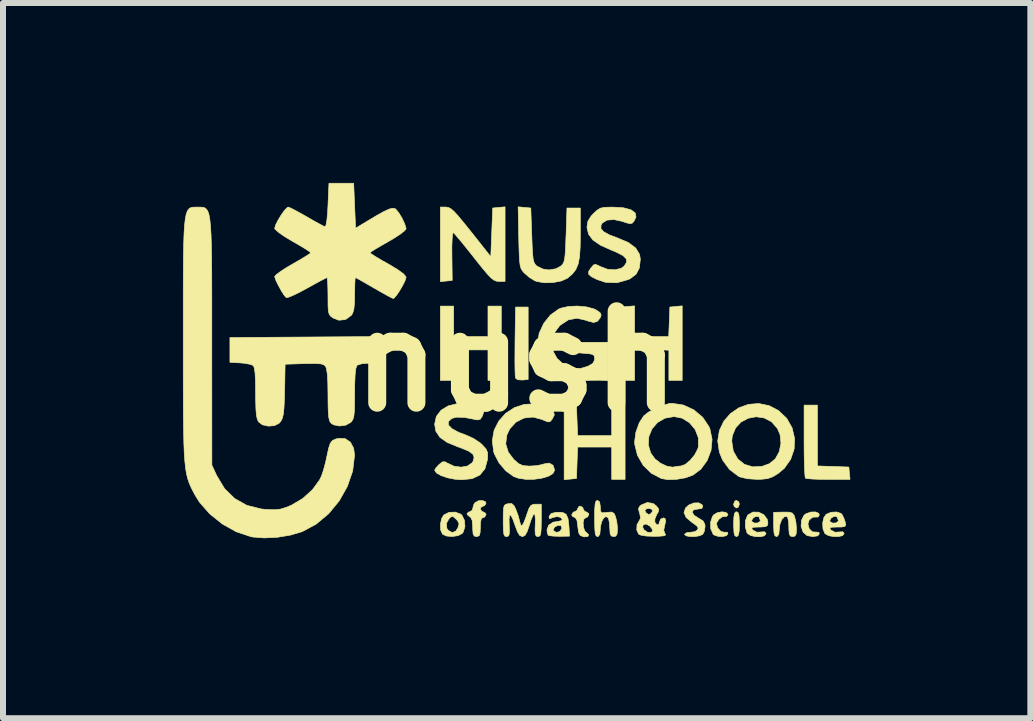
<source format=kicad_pcb>
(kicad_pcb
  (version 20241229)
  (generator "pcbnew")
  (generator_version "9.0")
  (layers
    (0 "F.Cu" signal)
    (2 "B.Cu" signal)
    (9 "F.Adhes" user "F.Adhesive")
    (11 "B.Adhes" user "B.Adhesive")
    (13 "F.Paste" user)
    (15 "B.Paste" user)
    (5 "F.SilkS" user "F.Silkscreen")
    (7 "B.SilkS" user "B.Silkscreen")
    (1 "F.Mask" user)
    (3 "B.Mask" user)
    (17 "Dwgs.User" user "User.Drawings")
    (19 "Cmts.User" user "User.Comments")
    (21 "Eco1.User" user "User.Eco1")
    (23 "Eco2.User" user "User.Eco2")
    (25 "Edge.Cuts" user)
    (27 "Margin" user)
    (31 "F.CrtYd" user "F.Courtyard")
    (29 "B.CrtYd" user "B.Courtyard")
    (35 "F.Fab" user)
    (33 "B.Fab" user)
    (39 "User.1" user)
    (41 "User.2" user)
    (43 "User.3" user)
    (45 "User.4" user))
  (footprint "nush"
    (layer "F.Cu")
    (at 5.561 2.974)
    (property "Reference" "nush" (at 0 0 0) (layer "F.SilkS") (effects (font (size 1.524 1.524) (thickness 0.3))))
    (attr through_hole)
    (fp_poly (pts (xy 3.706 2.344) (xy 3.715 2.381) (xy 3.695 2.433) (xy 3.667 2.445) (xy 3.628 2.418) (xy 3.619 2.381) (xy 3.639 2.33) (xy 3.667 2.318) (xy 3.706 2.344)) (stroke (width 0.01) (type solid)) (fill yes) (layer "F.SilkS"))
    (fp_poly (pts (xy -1.048 -0.413) (xy -0.476 -0.413) (xy -0.476 -0.921) (xy -0.254 -0.921) (xy -0.254 0.318) (xy -0.476 0.318) (xy -0.476 -0.191) (xy -1.048 -0.191) (xy -1.048 0.318) (xy -1.27 0.318) (xy -1.27 -0.921) (xy -1.048 -0.921) (xy -1.048 -0.413)) (stroke (width 0.01) (type solid)) (fill yes) (layer "F.SilkS"))
    (fp_poly (pts (xy 0.194 -0.302) (xy 0.194 0.302) (xy 0.097 0.312) (xy 0.017 0.306) (xy -0.017 0.279) (xy -0.022 0.234) (xy -0.025 0.138) (xy -0.027 -0.001) (xy -0.026 -0.169) (xy -0.025 -0.334) (xy -0.016 -0.905) (xy 0.194 -0.905) (xy 0.194 -0.302)) (stroke (width 0.01) (type solid)) (fill yes) (layer "F.SilkS"))
    (fp_poly (pts (xy 0.897 0.736) (xy 1 0.746) (xy 1.009 0.992) (xy 1.019 1.238) (xy 1.587 1.238) (xy 1.587 0.73) (xy 1.81 0.73) (xy 1.81 1.968) (xy 1.587 1.968) (xy 1.587 1.429) (xy 1.019 1.429) (xy 1.009 1.691) (xy 1 1.953) (xy 0.897 1.963) (xy 0.794 1.973) (xy 0.794 0.726) (xy 0.897 0.736)) (stroke (width 0.01) (type solid)) (fill yes) (layer "F.SilkS"))
    (fp_poly (pts (xy 3.694 2.522) (xy 3.709 2.571) (xy 3.714 2.668) (xy 3.715 2.715) (xy 3.712 2.83) (xy 3.7 2.895) (xy 3.678 2.919) (xy 3.667 2.921) (xy 3.64 2.907) (xy 3.626 2.858) (xy 3.62 2.761) (xy 3.619 2.715) (xy 3.623 2.599) (xy 3.634 2.535) (xy 3.656 2.51) (xy 3.667 2.508) (xy 3.694 2.522)) (stroke (width 0.01) (type solid)) (fill yes) (layer "F.SilkS"))
    (fp_poly (pts (xy 5.016 1.744) (xy 5.278 1.753) (xy 5.54 1.762) (xy 5.55 1.865) (xy 5.56 1.968) (xy 5.198 1.968) (xy 5.053 1.967) (xy 4.931 1.962) (xy 4.847 1.955) (xy 4.815 1.947) (xy 4.809 1.91) (xy 4.803 1.82) (xy 4.798 1.687) (xy 4.795 1.521) (xy 4.794 1.333) (xy 4.794 0.73) (xy 5.016 0.73) (xy 5.016 1.744)) (stroke (width 0.01) (type solid)) (fill yes) (layer "F.SilkS"))
    (fp_poly (pts (xy 5.038 2.534) (xy 5.048 2.559) (xy 5.029 2.595) (xy 5.009 2.595) (xy 4.937 2.598) (xy 4.879 2.645) (xy 4.858 2.712) (xy 4.879 2.791) (xy 4.932 2.842) (xy 4.998 2.847) (xy 5 2.846) (xy 5.041 2.851) (xy 5.048 2.874) (xy 5.022 2.909) (xy 4.942 2.921) (xy 4.938 2.921) (xy 4.843 2.905) (xy 4.78 2.849) (xy 4.776 2.843) (xy 4.744 2.749) (xy 4.751 2.649) (xy 4.793 2.566) (xy 4.826 2.54) (xy 4.909 2.512) (xy 4.987 2.511) (xy 5.038 2.534)) (stroke (width 0.01) (type solid)) (fill yes) (layer "F.SilkS"))
    (fp_poly (pts (xy 2.762 0.318) (xy 2.54 0.318) (xy 2.54 -0.186) (xy 2.254 -0.196) (xy 1.968 -0.206) (xy 1.968 0.056) (xy 1.968 0.318) (xy 1.857 0.318) (xy 1.784 0.314) (xy 1.747 0.304) (xy 1.745 0.302) (xy 1.745 0.266) (xy 1.745 0.178) (xy 1.745 0.046) (xy 1.744 -0.119) (xy 1.744 -0.306) (xy 1.744 -0.31) (xy 1.743 -0.905) (xy 1.856 -0.915) (xy 1.968 -0.925) (xy 1.968 -0.413) (xy 2.537 -0.413) (xy 2.547 -0.659) (xy 2.556 -0.905) (xy 2.659 -0.915) (xy 2.762 -0.925) (xy 2.762 0.318)) (stroke (width 0.01) (type solid)) (fill yes) (layer "F.SilkS"))
    (fp_poly (pts (xy 3.49 2.517) (xy 3.523 2.548) (xy 3.524 2.555) (xy 3.502 2.587) (xy 3.481 2.585) (xy 3.427 2.593) (xy 3.37 2.637) (xy 3.336 2.695) (xy 3.334 2.711) (xy 3.355 2.779) (xy 3.404 2.833) (xy 3.461 2.85) (xy 3.472 2.848) (xy 3.516 2.849) (xy 3.524 2.874) (xy 3.498 2.906) (xy 3.434 2.921) (xy 3.358 2.917) (xy 3.295 2.896) (xy 3.277 2.881) (xy 3.238 2.792) (xy 3.235 2.683) (xy 3.266 2.587) (xy 3.288 2.558) (xy 3.349 2.522) (xy 3.424 2.509) (xy 3.49 2.517)) (stroke (width 0.01) (type solid)) (fill yes) (layer "F.SilkS"))
    (fp_poly (pts (xy 4.543 2.514) (xy 4.597 2.529) (xy 4.626 2.566) (xy 4.636 2.59) (xy 4.657 2.677) (xy 4.667 2.783) (xy 4.667 2.796) (xy 4.662 2.878) (xy 4.64 2.914) (xy 4.604 2.921) (xy 4.565 2.913) (xy 4.547 2.877) (xy 4.54 2.798) (xy 4.54 2.764) (xy 4.535 2.67) (xy 4.521 2.605) (xy 4.511 2.589) (xy 4.465 2.591) (xy 4.421 2.639) (xy 4.39 2.72) (xy 4.381 2.796) (xy 4.373 2.884) (xy 4.346 2.919) (xy 4.334 2.921) (xy 4.307 2.907) (xy 4.292 2.857) (xy 4.287 2.759) (xy 4.286 2.719) (xy 4.286 2.517) (xy 4.446 2.513) (xy 4.543 2.514)) (stroke (width 0.01) (type solid)) (fill yes) (layer "F.SilkS"))
    (fp_poly (pts (xy -0.931 2.547) (xy -0.91 2.566) (xy -0.868 2.651) (xy -0.86 2.754) (xy -0.888 2.846) (xy -0.907 2.871) (xy -0.975 2.906) (xy -1.072 2.92) (xy -1.167 2.912) (xy -1.232 2.883) (xy -1.264 2.814) (xy -1.269 2.717) (xy -1.265 2.7) (xy -1.169 2.7) (xy -1.162 2.783) (xy -1.137 2.819) (xy -1.071 2.855) (xy -1.012 2.829) (xy -0.978 2.777) (xy -0.958 2.709) (xy -0.983 2.656) (xy -1.006 2.632) (xy -1.055 2.589) (xy -1.091 2.591) (xy -1.122 2.619) (xy -1.169 2.7) (xy -1.265 2.7) (xy -1.249 2.621) (xy -1.212 2.561) (xy -1.125 2.517) (xy -1.022 2.513) (xy -0.931 2.547)) (stroke (width 0.01) (type solid)) (fill yes) (layer "F.SilkS"))
    (fp_poly (pts (xy 1.106 2.438) (xy 1.111 2.461) (xy 1.137 2.503) (xy 1.159 2.508) (xy 1.201 2.534) (xy 1.206 2.556) (xy 1.181 2.598) (xy 1.159 2.603) (xy 1.124 2.63) (xy 1.11 2.692) (xy 1.116 2.767) (xy 1.14 2.83) (xy 1.163 2.852) (xy 1.203 2.89) (xy 1.19 2.92) (xy 1.133 2.926) (xy 1.111 2.922) (xy 1.062 2.901) (xy 1.036 2.858) (xy 1.024 2.774) (xy 1.022 2.753) (xy 1.008 2.652) (xy 0.981 2.607) (xy 0.967 2.603) (xy 0.926 2.578) (xy 0.921 2.556) (xy 0.946 2.514) (xy 0.968 2.508) (xy 1.01 2.483) (xy 1.016 2.461) (xy 1.041 2.419) (xy 1.064 2.413) (xy 1.106 2.438)) (stroke (width 0.01) (type solid)) (fill yes) (layer "F.SilkS"))
    (fp_poly (pts (xy 3.093 2.389) (xy 3.104 2.414) (xy 3.091 2.452) (xy 3.026 2.462) (xy 2.951 2.476) (xy 2.929 2.514) (xy 2.958 2.565) (xy 3.031 2.612) (xy 3.109 2.66) (xy 3.14 2.716) (xy 3.143 2.755) (xy 3.13 2.835) (xy 3.105 2.883) (xy 3.055 2.907) (xy 2.979 2.92) (xy 2.897 2.921) (xy 2.831 2.91) (xy 2.802 2.888) (xy 2.803 2.881) (xy 2.841 2.854) (xy 2.896 2.85) (xy 2.972 2.84) (xy 3.014 2.812) (xy 3.029 2.778) (xy 3.004 2.742) (xy 2.933 2.69) (xy 2.923 2.684) (xy 2.828 2.603) (xy 2.792 2.522) (xy 2.817 2.445) (xy 2.872 2.395) (xy 2.956 2.361) (xy 3.037 2.359) (xy 3.093 2.389)) (stroke (width 0.01) (type solid)) (fill yes) (layer "F.SilkS"))
    (fp_poly (pts (xy -0.191 -1.333) (xy -0.294 -1.333) (xy -0.336 -1.337) (xy -0.377 -1.354) (xy -0.424 -1.39) (xy -0.484 -1.453) (xy -0.566 -1.55) (xy -0.677 -1.688) (xy -0.71 -1.731) (xy -0.818 -1.867) (xy -0.914 -1.986) (xy -0.991 -2.077) (xy -1.039 -2.133) (xy -1.053 -2.146) (xy -1.065 -2.124) (xy -1.073 -2.045) (xy -1.078 -1.915) (xy -1.077 -1.757) (xy -1.072 -1.349) (xy -1.171 -1.339) (xy -1.27 -1.329) (xy -1.27 -2.572) (xy -1.177 -2.572) (xy -1.138 -2.566) (xy -1.096 -2.545) (xy -1.045 -2.502) (xy -0.977 -2.429) (xy -0.886 -2.319) (xy -0.763 -2.167) (xy -0.756 -2.158) (xy -0.429 -1.744) (xy -0.397 -2.556) (xy -0.294 -2.566) (xy -0.191 -2.576) (xy -0.191 -1.333)) (stroke (width 0.01) (type solid)) (fill yes) (layer "F.SilkS"))
    (fp_poly (pts (xy -0.518 2.34) (xy -0.508 2.365) (xy -0.533 2.407) (xy -0.556 2.413) (xy -0.598 2.438) (xy -0.603 2.461) (xy -0.578 2.503) (xy -0.556 2.508) (xy -0.514 2.534) (xy -0.508 2.556) (xy -0.533 2.598) (xy -0.556 2.603) (xy -0.586 2.62) (xy -0.6 2.679) (xy -0.603 2.762) (xy -0.607 2.857) (xy -0.621 2.905) (xy -0.652 2.92) (xy -0.667 2.921) (xy -0.705 2.912) (xy -0.724 2.876) (xy -0.73 2.797) (xy -0.73 2.766) (xy -0.738 2.656) (xy -0.764 2.6) (xy -0.778 2.592) (xy -0.82 2.558) (xy -0.826 2.541) (xy -0.8 2.512) (xy -0.778 2.508) (xy -0.738 2.482) (xy -0.73 2.451) (xy -0.71 2.381) (xy -0.692 2.356) (xy -0.634 2.324) (xy -0.568 2.32) (xy -0.518 2.34)) (stroke (width 0.01) (type solid)) (fill yes) (layer "F.SilkS"))
    (fp_poly (pts (xy 0.767 2.518) (xy 0.827 2.55) (xy 0.859 2.623) (xy 0.873 2.739) (xy 0.884 2.914) (xy 0.716 2.917) (xy 0.618 2.914) (xy 0.548 2.906) (xy 0.528 2.899) (xy 0.512 2.854) (xy 0.508 2.806) (xy 0.51 2.802) (xy 0.612 2.802) (xy 0.618 2.824) (xy 0.664 2.852) (xy 0.72 2.838) (xy 0.755 2.789) (xy 0.756 2.786) (xy 0.744 2.741) (xy 0.695 2.734) (xy 0.639 2.759) (xy 0.612 2.802) (xy 0.51 2.802) (xy 0.536 2.731) (xy 0.611 2.681) (xy 0.696 2.667) (xy 0.749 2.655) (xy 0.762 2.639) (xy 0.736 2.601) (xy 0.675 2.588) (xy 0.605 2.603) (xy 0.598 2.606) (xy 0.551 2.625) (xy 0.542 2.6) (xy 0.545 2.582) (xy 0.578 2.537) (xy 0.661 2.516) (xy 0.667 2.516) (xy 0.767 2.518)) (stroke (width 0.01) (type solid)) (fill yes) (layer "F.SilkS"))
    (fp_poly (pts (xy 1.385 2.342) (xy 1.397 2.42) (xy 1.397 2.427) (xy 1.401 2.499) (xy 1.425 2.525) (xy 1.489 2.521) (xy 1.507 2.518) (xy 1.585 2.512) (xy 1.626 2.535) (xy 1.65 2.586) (xy 1.672 2.676) (xy 1.683 2.784) (xy 1.683 2.796) (xy 1.677 2.878) (xy 1.655 2.914) (xy 1.619 2.921) (xy 1.579 2.911) (xy 1.56 2.87) (xy 1.555 2.786) (xy 1.549 2.692) (xy 1.534 2.621) (xy 1.528 2.609) (xy 1.491 2.587) (xy 1.451 2.614) (xy 1.417 2.678) (xy 1.398 2.765) (xy 1.397 2.796) (xy 1.389 2.884) (xy 1.362 2.919) (xy 1.349 2.921) (xy 1.327 2.91) (xy 1.312 2.871) (xy 1.305 2.792) (xy 1.302 2.663) (xy 1.302 2.619) (xy 1.303 2.476) (xy 1.31 2.385) (xy 1.322 2.336) (xy 1.342 2.318) (xy 1.349 2.318) (xy 1.385 2.342)) (stroke (width 0.01) (type solid)) (fill yes) (layer "F.SilkS"))
    (fp_poly (pts (xy 4.038 2.515) (xy 4.123 2.557) (xy 4.179 2.631) (xy 4.191 2.693) (xy 4.183 2.736) (xy 4.15 2.756) (xy 4.073 2.762) (xy 4.044 2.762) (xy 3.957 2.765) (xy 3.923 2.775) (xy 3.929 2.8) (xy 3.939 2.813) (xy 4.008 2.849) (xy 4.07 2.845) (xy 4.137 2.841) (xy 4.159 2.869) (xy 4.159 2.874) (xy 4.133 2.908) (xy 4.067 2.924) (xy 3.984 2.922) (xy 3.904 2.904) (xy 3.849 2.869) (xy 3.843 2.86) (xy 3.814 2.761) (xy 3.817 2.658) (xy 3.919 2.658) (xy 3.923 2.671) (xy 3.966 2.696) (xy 4.023 2.694) (xy 4.061 2.667) (xy 4.064 2.653) (xy 4.044 2.598) (xy 4.031 2.587) (xy 3.985 2.586) (xy 3.939 2.617) (xy 3.919 2.658) (xy 3.817 2.658) (xy 3.817 2.654) (xy 3.85 2.57) (xy 3.86 2.558) (xy 3.944 2.512) (xy 4.038 2.515)) (stroke (width 0.01) (type solid)) (fill yes) (layer "F.SilkS"))
    (fp_poly (pts (xy 5.409 2.535) (xy 5.423 2.548) (xy 5.455 2.608) (xy 5.478 2.675) (xy 5.488 2.728) (xy 5.473 2.753) (xy 5.419 2.762) (xy 5.349 2.762) (xy 5.261 2.765) (xy 5.225 2.775) (xy 5.23 2.799) (xy 5.241 2.813) (xy 5.31 2.849) (xy 5.372 2.845) (xy 5.439 2.841) (xy 5.461 2.869) (xy 5.461 2.874) (xy 5.434 2.906) (xy 5.367 2.921) (xy 5.282 2.921) (xy 5.2 2.905) (xy 5.144 2.874) (xy 5.141 2.871) (xy 5.109 2.794) (xy 5.104 2.695) (xy 5.112 2.658) (xy 5.221 2.658) (xy 5.225 2.671) (xy 5.268 2.696) (xy 5.324 2.694) (xy 5.363 2.667) (xy 5.366 2.653) (xy 5.345 2.598) (xy 5.333 2.587) (xy 5.287 2.586) (xy 5.241 2.617) (xy 5.221 2.658) (xy 5.112 2.658) (xy 5.125 2.602) (xy 5.162 2.55) (xy 5.243 2.516) (xy 5.335 2.511) (xy 5.409 2.535)) (stroke (width 0.01) (type solid)) (fill yes) (layer "F.SilkS"))
    (fp_poly (pts (xy 0.489 0.755) (xy 0.543 0.78) (xy 0.617 0.834) (xy 0.63 0.895) (xy 0.592 0.968) (xy 0.56 1.004) (xy 0.526 1.01) (xy 0.466 0.988) (xy 0.428 0.97) (xy 0.275 0.929) (xy 0.125 0.945) (xy -0.009 1.013) (xy -0.113 1.126) (xy -0.161 1.228) (xy -0.18 1.376) (xy -0.137 1.515) (xy -0.044 1.637) (xy 0.035 1.706) (xy 0.108 1.738) (xy 0.209 1.746) (xy 0.222 1.746) (xy 0.333 1.739) (xy 0.429 1.72) (xy 0.458 1.71) (xy 0.545 1.696) (xy 0.609 1.733) (xy 0.635 1.813) (xy 0.635 1.815) (xy 0.606 1.871) (xy 0.529 1.917) (xy 0.418 1.949) (xy 0.287 1.967) (xy 0.153 1.967) (xy 0.029 1.948) (xy -0.048 1.92) (xy -0.178 1.826) (xy -0.292 1.692) (xy -0.37 1.542) (xy -0.381 1.509) (xy -0.404 1.322) (xy -0.373 1.148) (xy -0.295 0.994) (xy -0.18 0.866) (xy -0.036 0.772) (xy 0.13 0.717) (xy 0.307 0.709) (xy 0.489 0.755)) (stroke (width 0.01) (type solid)) (fill yes) (layer "F.SilkS"))
    (fp_poly (pts (xy 0.133 -2.566) (xy 0.238 -2.556) (xy 0.254 -2.101) (xy 0.261 -1.921) (xy 0.268 -1.794) (xy 0.277 -1.708) (xy 0.291 -1.653) (xy 0.311 -1.617) (xy 0.339 -1.589) (xy 0.345 -1.585) (xy 0.439 -1.539) (xy 0.54 -1.524) (xy 0.654 -1.543) (xy 0.735 -1.585) (xy 0.764 -1.612) (xy 0.785 -1.646) (xy 0.8 -1.697) (xy 0.81 -1.777) (xy 0.818 -1.896) (xy 0.824 -2.065) (xy 0.826 -2.101) (xy 0.841 -2.556) (xy 1.064 -2.556) (xy 1.064 -2.111) (xy 1.061 -1.9) (xy 1.05 -1.74) (xy 1.027 -1.621) (xy 0.989 -1.531) (xy 0.933 -1.458) (xy 0.855 -1.391) (xy 0.85 -1.387) (xy 0.748 -1.34) (xy 0.612 -1.314) (xy 0.467 -1.31) (xy 0.339 -1.331) (xy 0.302 -1.345) (xy 0.212 -1.401) (xy 0.128 -1.474) (xy 0.127 -1.475) (xy 0.097 -1.51) (xy 0.076 -1.547) (xy 0.061 -1.597) (xy 0.051 -1.671) (xy 0.045 -1.78) (xy 0.04 -1.934) (xy 0.037 -2.068) (xy 0.027 -2.576) (xy 0.133 -2.566)) (stroke (width 0.01) (type solid)) (fill yes) (layer "F.SilkS"))
    (fp_poly (pts (xy 4.212 0.739) (xy 4.365 0.819) (xy 4.505 0.951) (xy 4.595 1.111) (xy 4.636 1.286) (xy 4.628 1.464) (xy 4.57 1.634) (xy 4.464 1.784) (xy 4.358 1.872) (xy 4.265 1.927) (xy 4.182 1.956) (xy 4.079 1.966) (xy 4.003 1.967) (xy 3.85 1.957) (xy 3.731 1.929) (xy 3.699 1.915) (xy 3.55 1.802) (xy 3.435 1.645) (xy 3.382 1.515) (xy 3.355 1.332) (xy 3.588 1.332) (xy 3.614 1.497) (xy 3.688 1.627) (xy 3.798 1.716) (xy 3.937 1.759) (xy 4.094 1.75) (xy 4.216 1.706) (xy 4.315 1.625) (xy 4.38 1.506) (xy 4.408 1.366) (xy 4.394 1.224) (xy 4.351 1.121) (xy 4.251 1.007) (xy 4.127 0.943) (xy 3.994 0.924) (xy 3.861 0.949) (xy 3.743 1.012) (xy 3.651 1.111) (xy 3.597 1.243) (xy 3.588 1.332) (xy 3.355 1.332) (xy 3.354 1.327) (xy 3.382 1.153) (xy 3.455 0.999) (xy 3.566 0.871) (xy 3.706 0.775) (xy 3.866 0.717) (xy 4.037 0.703) (xy 4.212 0.739)) (stroke (width 0.01) (type solid)) (fill yes) (layer "F.SilkS"))
    (fp_poly (pts (xy 2.78 0.728) (xy 2.956 0.809) (xy 3.104 0.933) (xy 3.209 1.091) (xy 3.224 1.126) (xy 3.26 1.302) (xy 3.243 1.483) (xy 3.178 1.654) (xy 3.072 1.799) (xy 2.943 1.895) (xy 2.819 1.941) (xy 2.669 1.967) (xy 2.523 1.972) (xy 2.416 1.954) (xy 2.248 1.866) (xy 2.111 1.732) (xy 2.016 1.567) (xy 1.973 1.392) (xy 2.197 1.392) (xy 2.237 1.528) (xy 2.306 1.624) (xy 2.4 1.698) (xy 2.507 1.748) (xy 2.602 1.764) (xy 2.63 1.759) (xy 2.697 1.748) (xy 2.736 1.746) (xy 2.811 1.72) (xy 2.894 1.651) (xy 2.97 1.559) (xy 3.022 1.459) (xy 3.033 1.418) (xy 3.031 1.272) (xy 2.978 1.136) (xy 2.883 1.023) (xy 2.76 0.947) (xy 2.626 0.921) (xy 2.474 0.948) (xy 2.35 1.02) (xy 2.258 1.127) (xy 2.206 1.254) (xy 2.197 1.392) (xy 1.973 1.392) (xy 1.971 1.385) (xy 1.969 1.34) (xy 1.99 1.181) (xy 2.046 1.025) (xy 2.121 0.909) (xy 2.199 0.847) (xy 2.314 0.784) (xy 2.441 0.732) (xy 2.553 0.702) (xy 2.588 0.699) (xy 2.78 0.728)) (stroke (width 0.01) (type solid)) (fill yes) (layer "F.SilkS"))
    (fp_poly (pts (xy 1.165 -0.908) (xy 1.289 -0.875) (xy 1.327 -0.857) (xy 1.393 -0.811) (xy 1.411 -0.772) (xy 1.396 -0.728) (xy 1.348 -0.666) (xy 1.286 -0.648) (xy 1.193 -0.671) (xy 1.16 -0.684) (xy 1.008 -0.719) (xy 0.865 -0.692) (xy 0.729 -0.603) (xy 0.718 -0.593) (xy 0.623 -0.465) (xy 0.585 -0.324) (xy 0.603 -0.182) (xy 0.675 -0.049) (xy 0.791 0.055) (xy 0.926 0.116) (xy 1.07 0.118) (xy 1.192 0.081) (xy 1.27 0.036) (xy 1.3 -0.02) (xy 1.302 -0.044) (xy 1.296 -0.091) (xy 1.269 -0.116) (xy 1.205 -0.128) (xy 1.135 -0.133) (xy 1.037 -0.142) (xy 0.986 -0.158) (xy 0.965 -0.192) (xy 0.958 -0.23) (xy 0.948 -0.318) (xy 1.524 -0.318) (xy 1.524 0.321) (xy 1.373 0.315) (xy 1.243 0.316) (xy 1.108 0.325) (xy 1.079 0.328) (xy 0.986 0.338) (xy 0.919 0.338) (xy 0.905 0.335) (xy 0.852 0.32) (xy 0.786 0.304) (xy 0.659 0.247) (xy 0.54 0.141) (xy 0.442 0.004) (xy 0.375 -0.15) (xy 0.351 -0.302) (xy 0.378 -0.47) (xy 0.454 -0.633) (xy 0.565 -0.772) (xy 0.701 -0.87) (xy 0.74 -0.887) (xy 0.865 -0.915) (xy 1.015 -0.922) (xy 1.165 -0.908)) (stroke (width 0.01) (type solid)) (fill yes) (layer "F.SilkS"))
    (fp_poly (pts (xy -0.041 2.406) (xy -0.012 2.466) (xy 0.026 2.569) (xy 0.053 2.668) (xy 0.053 2.671) (xy 0.071 2.73) (xy 0.093 2.737) (xy 0.122 2.689) (xy 0.162 2.583) (xy 0.173 2.548) (xy 0.208 2.451) (xy 0.24 2.402) (xy 0.282 2.383) (xy 0.32 2.381) (xy 0.413 2.381) (xy 0.413 2.651) (xy 0.411 2.783) (xy 0.405 2.864) (xy 0.392 2.906) (xy 0.369 2.92) (xy 0.357 2.921) (xy 0.327 2.913) (xy 0.312 2.878) (xy 0.309 2.804) (xy 0.312 2.731) (xy 0.314 2.63) (xy 0.307 2.561) (xy 0.297 2.54) (xy 0.274 2.568) (xy 0.243 2.641) (xy 0.214 2.731) (xy 0.176 2.841) (xy 0.142 2.901) (xy 0.103 2.921) (xy 0.097 2.921) (xy 0.054 2.903) (xy 0.015 2.84) (xy -0.017 2.754) (xy -0.062 2.629) (xy -0.095 2.566) (xy -0.115 2.565) (xy -0.124 2.627) (xy -0.122 2.723) (xy -0.118 2.832) (xy -0.124 2.892) (xy -0.143 2.917) (xy -0.167 2.921) (xy -0.194 2.914) (xy -0.211 2.883) (xy -0.219 2.818) (xy -0.222 2.705) (xy -0.222 2.655) (xy -0.221 2.525) (xy -0.216 2.445) (xy -0.203 2.402) (xy -0.177 2.382) (xy -0.14 2.373) (xy -0.08 2.371) (xy -0.041 2.406)) (stroke (width 0.01) (type solid)) (fill yes) (layer "F.SilkS"))
    (fp_poly (pts (xy 1.608 -2.571) (xy 1.783 -2.56) (xy 1.907 -2.527) (xy 1.978 -2.475) (xy 1.992 -2.406) (xy 1.959 -2.338) (xy 1.931 -2.305) (xy 1.896 -2.295) (xy 1.836 -2.308) (xy 1.76 -2.334) (xy 1.622 -2.364) (xy 1.508 -2.354) (xy 1.43 -2.306) (xy 1.409 -2.27) (xy 1.407 -2.213) (xy 1.453 -2.16) (xy 1.552 -2.107) (xy 1.677 -2.06) (xy 1.862 -1.982) (xy 1.987 -1.889) (xy 2.052 -1.781) (xy 2.064 -1.703) (xy 2.048 -1.557) (xy 1.994 -1.453) (xy 1.894 -1.378) (xy 1.866 -1.365) (xy 1.674 -1.31) (xy 1.481 -1.318) (xy 1.345 -1.363) (xy 1.247 -1.412) (xy 1.202 -1.453) (xy 1.203 -1.499) (xy 1.24 -1.557) (xy 1.283 -1.607) (xy 1.32 -1.617) (xy 1.379 -1.59) (xy 1.399 -1.58) (xy 1.518 -1.535) (xy 1.64 -1.526) (xy 1.744 -1.551) (xy 1.792 -1.585) (xy 1.835 -1.65) (xy 1.831 -1.707) (xy 1.778 -1.761) (xy 1.669 -1.818) (xy 1.577 -1.856) (xy 1.396 -1.938) (xy 1.272 -2.024) (xy 1.201 -2.119) (xy 1.175 -2.23) (xy 1.175 -2.243) (xy 1.19 -2.336) (xy 1.243 -2.421) (xy 1.283 -2.464) (xy 1.345 -2.521) (xy 1.4 -2.554) (xy 1.471 -2.568) (xy 1.579 -2.571) (xy 1.608 -2.571)) (stroke (width 0.01) (type solid)) (fill yes) (layer "F.SilkS"))
    (fp_poly (pts (xy 2.277 2.369) (xy 2.333 2.412) (xy 2.37 2.462) (xy 2.366 2.506) (xy 2.338 2.553) (xy 2.307 2.626) (xy 2.306 2.681) (xy 2.338 2.725) (xy 2.371 2.721) (xy 2.381 2.685) (xy 2.403 2.629) (xy 2.451 2.61) (xy 2.475 2.618) (xy 2.487 2.661) (xy 2.471 2.732) (xy 2.454 2.818) (xy 2.475 2.871) (xy 2.485 2.895) (xy 2.459 2.908) (xy 2.389 2.915) (xy 2.293 2.917) (xy 2.169 2.913) (xy 2.077 2.899) (xy 2.037 2.882) (xy 2.004 2.811) (xy 2.007 2.762) (xy 2.102 2.762) (xy 2.126 2.809) (xy 2.186 2.851) (xy 2.245 2.851) (xy 2.268 2.83) (xy 2.259 2.791) (xy 2.221 2.745) (xy 2.16 2.712) (xy 2.115 2.722) (xy 2.102 2.762) (xy 2.007 2.762) (xy 2.008 2.724) (xy 2.043 2.662) (xy 2.068 2.616) (xy 2.056 2.546) (xy 2.051 2.531) (xy 2.038 2.482) (xy 2.138 2.482) (xy 2.158 2.523) (xy 2.16 2.525) (xy 2.203 2.555) (xy 2.244 2.535) (xy 2.27 2.49) (xy 2.258 2.467) (xy 2.205 2.451) (xy 2.173 2.457) (xy 2.138 2.482) (xy 2.038 2.482) (xy 2.032 2.46) (xy 2.052 2.416) (xy 2.078 2.395) (xy 2.179 2.353) (xy 2.277 2.369)) (stroke (width 0.01) (type solid)) (fill yes) (layer "F.SilkS"))
    (fp_poly (pts (xy -0.825 0.71) (xy -0.743 0.728) (xy -0.627 0.764) (xy -0.565 0.799) (xy -0.547 0.841) (xy -0.564 0.9) (xy -0.566 0.906) (xy -0.604 0.965) (xy -0.656 0.977) (xy -0.691 0.969) (xy -0.868 0.935) (xy -1.003 0.931) (xy -1.076 0.951) (xy -1.136 1.003) (xy -1.135 1.062) (xy -1.076 1.123) (xy -0.963 1.184) (xy -0.857 1.223) (xy -0.72 1.284) (xy -0.6 1.364) (xy -0.575 1.387) (xy -0.51 1.459) (xy -0.482 1.521) (xy -0.481 1.602) (xy -0.485 1.64) (xy -0.526 1.79) (xy -0.611 1.895) (xy -0.741 1.956) (xy -0.917 1.974) (xy -1.023 1.966) (xy -1.148 1.942) (xy -1.257 1.905) (xy -1.335 1.86) (xy -1.365 1.816) (xy -1.365 1.815) (xy -1.344 1.777) (xy -1.294 1.722) (xy -1.292 1.721) (xy -1.235 1.676) (xy -1.19 1.675) (xy -1.157 1.694) (xy -1.042 1.748) (xy -0.922 1.764) (xy -0.815 1.744) (xy -0.739 1.69) (xy -0.723 1.663) (xy -0.707 1.599) (xy -0.73 1.545) (xy -0.798 1.496) (xy -0.92 1.446) (xy -0.978 1.425) (xy -1.157 1.351) (xy -1.278 1.266) (xy -1.346 1.163) (xy -1.365 1.048) (xy -1.337 0.919) (xy -1.258 0.815) (xy -1.14 0.743) (xy -0.992 0.706) (xy -0.825 0.71)) (stroke (width 0.01) (type solid)) (fill yes) (layer "F.SilkS"))
    (fp_poly (pts (xy -2.257 -0.329) (xy -2.2 -0.228) (xy -2.204 -0.138) (xy -2.268 -0.047) (xy -2.269 -0.046) (xy -2.348 0.01) (xy -2.449 0.031) (xy -2.485 0.032) (xy -2.579 0.04) (xy -2.648 0.061) (xy -2.661 0.07) (xy -2.679 0.12) (xy -2.691 0.228) (xy -2.698 0.396) (xy -2.699 0.53) (xy -2.7 0.704) (xy -2.703 0.826) (xy -2.711 0.908) (xy -2.725 0.961) (xy -2.746 0.998) (xy -2.762 1.016) (xy -2.846 1.064) (xy -2.952 1.078) (xy -3.05 1.058) (xy -3.093 1.03) (xy -3.115 0.997) (xy -3.129 0.941) (xy -3.138 0.851) (xy -3.142 0.717) (xy -3.143 0.559) (xy -3.146 0.353) (xy -3.155 0.206) (xy -3.17 0.115) (xy -3.183 0.084) (xy -3.211 0.059) (xy -3.256 0.043) (xy -3.332 0.037) (xy -3.452 0.036) (xy -3.541 0.038) (xy -3.858 0.048) (xy -3.865 0.445) (xy -3.87 0.638) (xy -3.877 0.78) (xy -3.887 0.879) (xy -3.903 0.946) (xy -3.925 0.993) (xy -3.955 1.03) (xy -4.035 1.072) (xy -4.137 1.08) (xy -4.236 1.058) (xy -4.3 1.009) (xy -4.322 0.964) (xy -4.337 0.893) (xy -4.345 0.786) (xy -4.349 0.632) (xy -4.35 0.521) (xy -4.352 0.329) (xy -4.359 0.195) (xy -4.371 0.111) (xy -4.389 0.07) (xy -4.39 0.069) (xy -4.443 0.049) (xy -4.536 0.032) (xy -4.605 0.026) (xy -4.778 0.016) (xy -4.778 -0.397) (xy -3.551 -0.405) (xy -2.323 -0.413) (xy -2.257 -0.329)) (stroke (width 0.01) (type solid)) (fill yes) (layer "F.SilkS"))
    (fp_poly (pts (xy -5.233 -2.569) (xy -5.199 -2.56) (xy -5.171 -2.539) (xy -5.147 -2.503) (xy -5.128 -2.448) (xy -5.113 -2.368) (xy -5.102 -2.259) (xy -5.093 -2.117) (xy -5.087 -1.938) (xy -5.083 -1.718) (xy -5.081 -1.451) (xy -5.08 -1.134) (xy -5.08 -0.762) (xy -5.08 -0.331) (xy -5.08 -0.328) (xy -5.079 1.73) (xy -4.998 1.905) (xy -4.867 2.122) (xy -4.699 2.287) (xy -4.495 2.401) (xy -4.255 2.461) (xy -4.172 2.469) (xy -4.038 2.474) (xy -3.937 2.464) (xy -3.837 2.433) (xy -3.751 2.397) (xy -3.565 2.287) (xy -3.403 2.141) (xy -3.283 1.976) (xy -3.253 1.915) (xy -3.22 1.819) (xy -3.185 1.69) (xy -3.16 1.576) (xy -3.132 1.447) (xy -3.105 1.366) (xy -3.069 1.32) (xy -3.015 1.295) (xy -2.962 1.283) (xy -2.855 1.289) (xy -2.769 1.348) (xy -2.715 1.45) (xy -2.7 1.562) (xy -2.731 1.826) (xy -2.819 2.083) (xy -2.955 2.325) (xy -3.131 2.539) (xy -3.34 2.714) (xy -3.571 2.838) (xy -3.765 2.896) (xy -3.986 2.933) (xy -4.208 2.944) (xy -4.404 2.928) (xy -4.43 2.922) (xy -4.671 2.842) (xy -4.904 2.712) (xy -5.114 2.544) (xy -5.285 2.349) (xy -5.359 2.23) (xy -5.397 2.158) (xy -5.43 2.092) (xy -5.458 2.026) (xy -5.482 1.956) (xy -5.501 1.877) (xy -5.517 1.783) (xy -5.529 1.669) (xy -5.539 1.531) (xy -5.546 1.362) (xy -5.55 1.159) (xy -5.554 0.915) (xy -5.555 0.626) (xy -5.556 0.286) (xy -5.556 -0.109) (xy -5.556 -0.358) (xy -5.556 -0.786) (xy -5.556 -1.155) (xy -5.555 -1.47) (xy -5.553 -1.734) (xy -5.549 -1.952) (xy -5.543 -2.129) (xy -5.534 -2.268) (xy -5.522 -2.375) (xy -5.507 -2.453) (xy -5.487 -2.507) (xy -5.463 -2.541) (xy -5.434 -2.561) (xy -5.4 -2.569) (xy -5.36 -2.571) (xy -5.318 -2.571) (xy -5.272 -2.571) (xy -5.233 -2.569)) (stroke (width 0.01) (type solid)) (fill yes) (layer "F.SilkS"))
    (fp_poly (pts (xy -2.699 -2.594) (xy -2.683 -2.22) (xy -2.492 -2.335) (xy -2.328 -2.433) (xy -2.209 -2.499) (xy -2.124 -2.538) (xy -2.067 -2.553) (xy -2.028 -2.547) (xy -2.011 -2.536) (xy -1.963 -2.477) (xy -1.909 -2.388) (xy -1.865 -2.294) (xy -1.842 -2.22) (xy -1.841 -2.21) (xy -1.868 -2.175) (xy -1.94 -2.119) (xy -2.048 -2.049) (xy -2.142 -1.994) (xy -2.264 -1.924) (xy -2.363 -1.866) (xy -2.426 -1.825) (xy -2.443 -1.81) (xy -2.417 -1.789) (xy -2.347 -1.744) (xy -2.244 -1.683) (xy -2.142 -1.626) (xy -1.984 -1.531) (xy -1.884 -1.459) (xy -1.843 -1.409) (xy -1.841 -1.402) (xy -1.857 -1.348) (xy -1.896 -1.268) (xy -1.947 -1.18) (xy -1.999 -1.103) (xy -2.041 -1.055) (xy -2.055 -1.048) (xy -2.091 -1.063) (xy -2.169 -1.105) (xy -2.277 -1.165) (xy -2.377 -1.223) (xy -2.499 -1.293) (xy -2.598 -1.35) (xy -2.665 -1.387) (xy -2.686 -1.397) (xy -2.692 -1.368) (xy -2.696 -1.289) (xy -2.698 -1.175) (xy -2.699 -1.115) (xy -2.702 -0.966) (xy -2.712 -0.867) (xy -2.732 -0.802) (xy -2.754 -0.767) (xy -2.85 -0.697) (xy -2.961 -0.685) (xy -3.056 -0.722) (xy -3.096 -0.75) (xy -3.121 -0.781) (xy -3.136 -0.831) (xy -3.142 -0.912) (xy -3.143 -1.039) (xy -3.143 -1.087) (xy -3.145 -1.218) (xy -3.149 -1.322) (xy -3.155 -1.385) (xy -3.159 -1.397) (xy -3.191 -1.382) (xy -3.267 -1.343) (xy -3.375 -1.284) (xy -3.491 -1.22) (xy -3.619 -1.151) (xy -3.728 -1.098) (xy -3.806 -1.067) (xy -3.838 -1.062) (xy -3.874 -1.102) (xy -3.923 -1.179) (xy -3.973 -1.271) (xy -4.014 -1.355) (xy -4.032 -1.411) (xy -4.032 -1.414) (xy -4.006 -1.445) (xy -3.935 -1.498) (xy -3.832 -1.565) (xy -3.731 -1.624) (xy -3.609 -1.694) (xy -3.51 -1.754) (xy -3.447 -1.795) (xy -3.429 -1.811) (xy -3.455 -1.832) (xy -3.525 -1.878) (xy -3.628 -1.94) (xy -3.731 -1.999) (xy -3.871 -2.083) (xy -3.971 -2.153) (xy -4.025 -2.203) (xy -4.032 -2.22) (xy -4.015 -2.276) (xy -3.974 -2.357) (xy -3.92 -2.445) (xy -3.865 -2.521) (xy -3.82 -2.566) (xy -3.807 -2.572) (xy -3.766 -2.556) (xy -3.685 -2.515) (xy -3.576 -2.455) (xy -3.498 -2.411) (xy -3.379 -2.342) (xy -3.279 -2.287) (xy -3.212 -2.252) (xy -3.192 -2.244) (xy -3.176 -2.272) (xy -3.161 -2.357) (xy -3.149 -2.492) (xy -3.143 -2.603) (xy -3.127 -2.969) (xy -2.715 -2.969) (xy -2.699 -2.594)) (stroke (width 0.01) (type solid)) (fill yes) (layer "F.SilkS")))
  (gr_rect
    (start -3 -3)
    (end 14.127 8.923)
    (stroke (width 0.1) (type default))
    (fill no)
    (layer "Edge.Cuts")))
</source>
